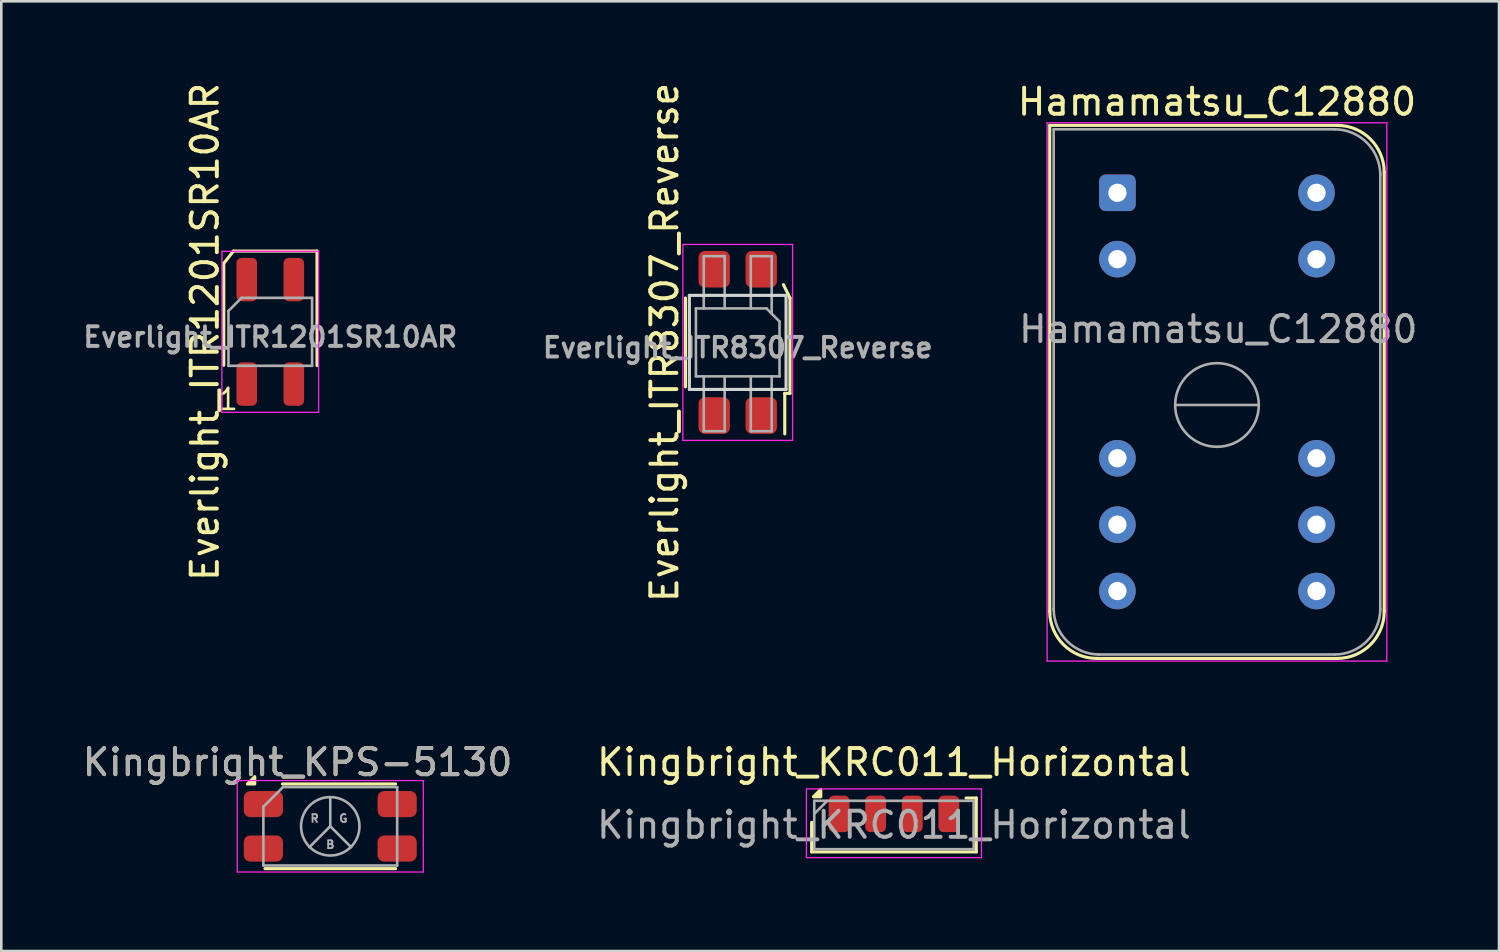
<source format=kicad_pcb>
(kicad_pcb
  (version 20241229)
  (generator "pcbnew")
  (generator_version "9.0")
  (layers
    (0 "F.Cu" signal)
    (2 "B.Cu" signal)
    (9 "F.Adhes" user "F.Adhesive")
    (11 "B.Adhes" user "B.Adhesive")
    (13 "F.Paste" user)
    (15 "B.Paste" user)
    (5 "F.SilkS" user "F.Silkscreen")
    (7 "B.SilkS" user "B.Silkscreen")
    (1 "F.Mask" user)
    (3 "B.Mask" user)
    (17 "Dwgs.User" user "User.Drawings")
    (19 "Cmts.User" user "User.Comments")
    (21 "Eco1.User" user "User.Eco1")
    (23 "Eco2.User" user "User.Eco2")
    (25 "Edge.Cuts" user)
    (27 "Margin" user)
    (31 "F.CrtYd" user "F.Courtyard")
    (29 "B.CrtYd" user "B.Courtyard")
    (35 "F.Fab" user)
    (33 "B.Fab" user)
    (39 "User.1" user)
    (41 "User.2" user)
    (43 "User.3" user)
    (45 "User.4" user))
  (footprint "Kingbright_KPS-5130"
    (layer "F.Cu")
    (at 9.589 28.572)
    (property "Reference" "Kingbright_KPS-5130" (at -1.25 -2.45 0) (layer "F.SilkS") (effects (font (size 1 1) (thickness 0.15))))
    (attr smd)
    (fp_line (start -1.83 -1.62) (end 2.5 -1.62) (stroke (width 0.12) (type solid)) (layer "F.SilkS"))
    (fp_line (start 2.5 1.62) (end -2.5 1.62) (stroke (width 0.12) (type solid)) (layer "F.SilkS"))
    (fp_poly (pts (xy -2.89 -1.62) (xy -3.17 -1.62) (xy -2.89 -1.9) (xy -2.89 -1.62)) (stroke (width 0.12) (type solid)) (fill yes) (layer "F.SilkS"))
    (fp_line (start -3.56 -1.75) (end -3.56 1.75) (stroke (width 0.05) (type solid)) (layer "F.CrtYd"))
    (fp_line (start -3.56 -1.75) (end 3.56 -1.75) (stroke (width 0.05) (type solid)) (layer "F.CrtYd"))
    (fp_line (start 3.56 1.75) (end -3.56 1.75) (stroke (width 0.05) (type solid)) (layer "F.CrtYd"))
    (fp_line (start 3.56 1.75) (end 3.56 -1.75) (stroke (width 0.05) (type solid)) (layer "F.CrtYd"))
    (fp_line (start -2.56 -0.75) (end -2.56 1.5) (stroke (width 0.1) (type solid)) (layer "F.Fab"))
    (fp_line (start -2.56 -0.75) (end -1.81 -1.5) (stroke (width 0.1) (type solid)) (layer "F.Fab"))
    (fp_line (start -2.56 1.5) (end 2.56 1.5) (stroke (width 0.1) (type solid)) (layer "F.Fab"))
    (fp_line (start 0 0) (end -0.8 0.8) (stroke (width 0.1) (type solid)) (layer "F.Fab"))
    (fp_line (start 0 0) (end 0 -1.1) (stroke (width 0.1) (type solid)) (layer "F.Fab"))
    (fp_line (start 0 0) (end 0.8 0.8) (stroke (width 0.1) (type solid)) (layer "F.Fab"))
    (fp_line (start 2.56 -1.5) (end -1.81 -1.5) (stroke (width 0.1) (type solid)) (layer "F.Fab"))
    (fp_line (start 2.56 1.5) (end 2.56 -1.5) (stroke (width 0.1) (type solid)) (layer "F.Fab"))
    (fp_circle (center 0 0) (end 1 0.5) (stroke (width 0.1) (type solid)) (fill no) (layer "F.Fab"))
    (fp_text user "R" (at -0.6 -0.3 0) (layer "F.Fab") (effects (font (size 0.3 0.3) (thickness 0.07))))
    (fp_text user "B" (at 0 0.7 0) (layer "F.Fab") (effects (font (size 0.3 0.3) (thickness 0.07))))
    (fp_text user "${REFERENCE}" (at -1.25 -2.45 0) (layer "F.Fab") (effects (font (size 1 1) (thickness 0.15))))
    (fp_text user "G" (at 0.5 -0.3 0) (layer "F.Fab") (effects (font (size 0.3 0.3) (thickness 0.07))))
    (pad "1" smd roundrect (at -2.56 -0.85) (size 1.5 1) (layers "F.Cu" "F.Mask" "F.Paste") (roundrect_rratio 0.25))
    (pad "2" smd roundrect (at 2.56 -0.85) (size 1.5 1) (layers "F.Cu" "F.Mask" "F.Paste") (roundrect_rratio 0.25))
    (pad "3" smd roundrect (at -2.56 0.85) (size 1.5 1) (layers "F.Cu" "F.Mask" "F.Paste") (roundrect_rratio 0.25))
    (pad "4" smd roundrect (at 2.56 0.85) (size 1.5 1) (layers "F.Cu" "F.Mask" "F.Paste") (roundrect_rratio 0.25)))
  (footprint "Kingbright_KRC011_Horizontal"
    (layer "F.Cu")
    (at 31.161 28.521)
    (property "Reference" "Kingbright_KRC011_Horizontal" (at 0 -2.4 0) (layer "F.SilkS") (effects (font (size 1 1) (thickness 0.15))))
    (attr smd)
    (fp_line (start -3.15 -0.1) (end -3.15 1.03) (stroke (width 0.12) (type solid)) (layer "F.SilkS"))
    (fp_line (start -3.15 1.03) (end 3.15 1.03) (stroke (width 0.12) (type solid)) (layer "F.SilkS"))
    (fp_line (start 3.15 -1.03) (end 2.76 -1.03) (stroke (width 0.12) (type solid)) (layer "F.SilkS"))
    (fp_line (start 3.15 -1.03) (end 3.15 1.03) (stroke (width 0.12) (type solid)) (layer "F.SilkS"))
    (fp_poly (pts (xy -2.8 -1.08) (xy -3.08 -1.08) (xy -2.8 -1.36) (xy -2.8 -1.08)) (stroke (width 0.12) (type solid)) (fill yes) (layer "F.SilkS"))
    (fp_line (start -3.35 -1.38) (end -3.35 1.25) (stroke (width 0.05) (type solid)) (layer "F.CrtYd"))
    (fp_line (start -3.35 -1.38) (end 3.35 -1.38) (stroke (width 0.05) (type solid)) (layer "F.CrtYd"))
    (fp_line (start -3.35 1.25) (end 3.35 1.25) (stroke (width 0.05) (type solid)) (layer "F.CrtYd"))
    (fp_line (start 3.35 1.25) (end 3.35 -1.38) (stroke (width 0.05) (type solid)) (layer "F.CrtYd"))
    (fp_line (start -3.05 -0.925) (end 3.05 -0.925) (stroke (width 0.1) (type solid)) (layer "F.Fab"))
    (fp_line (start -3.05 -0.425) (end -2.55 -0.925) (stroke (width 0.1) (type solid)) (layer "F.Fab"))
    (fp_line (start -3.05 0.925) (end -3.05 -0.925) (stroke (width 0.1) (type solid)) (layer "F.Fab"))
    (fp_line (start 3.05 -0.925) (end 3.05 0.925) (stroke (width 0.1) (type solid)) (layer "F.Fab"))
    (fp_line (start 3.05 0.925) (end -3.05 0.925) (stroke (width 0.1) (type solid)) (layer "F.Fab"))
    (fp_text user "${REFERENCE}" (at 0 0 0) (layer "F.Fab") (effects (font (size 1 1) (thickness 0.15))))
    (pad "1" smd roundrect (at -2.1 -0.425) (size 0.8 1.4) (layers "F.Cu" "F.Mask" "F.Paste") (roundrect_rratio 0.25))
    (pad "2" smd roundrect (at -0.7 -0.425) (size 0.8 1.4) (layers "F.Cu" "F.Mask" "F.Paste") (roundrect_rratio 0.25))
    (pad "3" smd roundrect (at 0.7 -0.425) (size 0.8 1.4) (layers "F.Cu" "F.Mask" "F.Paste") (roundrect_rratio 0.25))
    (pad "4" smd roundrect (at 2.1 -0.425) (size 0.8 1.4) (layers "F.Cu" "F.Mask" "F.Paste") (roundrect_rratio 0.25)))
  (footprint "Everlight_ITR8307_Reverse"
    (layer "F.Cu")
    (at 25.182 10.054)
    (property "Reference" "Everlight_ITR8307_Reverse" (at -2.8 0 90) (layer "F.SilkS") (effects (font (size 1 1) (thickness 0.15))))
    (attr smd)
    (fp_line (start -2 1.7) (end -2 -1.7) (stroke (width 0.12) (type solid)) (layer "F.SilkS"))
    (fp_line (start 1.8 3.5) (end 1.8 1.95) (stroke (width 0.12) (type solid)) (layer "F.SilkS"))
    (fp_line (start 2 -1.7) (end 1.75 -2.21) (stroke (width 0.12) (type default)) (layer "F.SilkS"))
    (fp_line (start 2 1.95) (end 1.8 1.95) (stroke (width 0.12) (type solid)) (layer "F.SilkS"))
    (fp_line (start 2 1.95) (end 2 -1.7) (stroke (width 0.12) (type solid)) (layer "F.SilkS"))
    (fp_line (start -1.85 -1.8) (end 1.85 -1.8) (stroke (width 0.12) (type solid)) (layer "Edge.Cuts"))
    (fp_line (start -1.85 1.8) (end -1.85 -1.8) (stroke (width 0.12) (type solid)) (layer "Edge.Cuts"))
    (fp_line (start 1.85 -1.8) (end 1.85 1.8) (stroke (width 0.12) (type solid)) (layer "Edge.Cuts"))
    (fp_line (start 1.85 1.8) (end -1.85 1.8) (stroke (width 0.12) (type solid)) (layer "Edge.Cuts"))
    (fp_line (start -2.1 -3.75) (end -2.1 3.75) (stroke (width 0.05) (type solid)) (layer "F.CrtYd"))
    (fp_line (start -2.1 -3.75) (end 2.1 -3.75) (stroke (width 0.05) (type solid)) (layer "F.CrtYd"))
    (fp_line (start 2.1 3.75) (end -2.1 3.75) (stroke (width 0.05) (type solid)) (layer "F.CrtYd"))
    (fp_line (start 2.1 3.75) (end 2.1 -3.75) (stroke (width 0.05) (type solid)) (layer "F.CrtYd"))
    (fp_line (start -1.6 -1.3) (end -1.6 1.3) (stroke (width 0.1) (type solid)) (layer "F.Fab"))
    (fp_line (start -1.6 1.3) (end 1.6 1.3) (stroke (width 0.1) (type solid)) (layer "F.Fab"))
    (fp_line (start -1.3 -3.3) (end -1.3 -1.3) (stroke (width 0.1) (type solid)) (layer "F.Fab"))
    (fp_line (start -1.3 3.4) (end -1.3 1.3) (stroke (width 0.1) (type solid)) (layer "F.Fab"))
    (fp_line (start -0.5 -3.3) (end -1.3 -3.3) (stroke (width 0.1) (type solid)) (layer "F.Fab"))
    (fp_line (start -0.5 -1.3) (end -0.5 -3.3) (stroke (width 0.1) (type solid)) (layer "F.Fab"))
    (fp_line (start -0.5 1.3) (end -0.5 3.4) (stroke (width 0.1) (type solid)) (layer "F.Fab"))
    (fp_line (start -0.5 3.4) (end -1.3 3.4) (stroke (width 0.1) (type solid)) (layer "F.Fab"))
    (fp_line (start 0.5 -3.3) (end 0.5 -1.3) (stroke (width 0.1) (type solid)) (layer "F.Fab"))
    (fp_line (start 0.5 1.3) (end 0.5 3.4) (stroke (width 0.1) (type solid)) (layer "F.Fab"))
    (fp_line (start 0.5 3.4) (end 1.3 3.4) (stroke (width 0.1) (type solid)) (layer "F.Fab"))
    (fp_line (start 1.1 -1.3) (end -1.6 -1.3) (stroke (width 0.1) (type solid)) (layer "F.Fab"))
    (fp_line (start 1.3 -3.3) (end 0.5 -3.3) (stroke (width 0.1) (type solid)) (layer "F.Fab"))
    (fp_line (start 1.3 -3.3) (end 1.3 -1.1) (stroke (width 0.1) (type solid)) (layer "F.Fab"))
    (fp_line (start 1.3 3.4) (end 1.3 1.3) (stroke (width 0.1) (type solid)) (layer "F.Fab"))
    (fp_line (start 1.6 -0.8) (end 1.1 -1.3) (stroke (width 0.1) (type solid)) (layer "F.Fab"))
    (fp_line (start 1.6 1.3) (end 1.6 -0.8) (stroke (width 0.1) (type solid)) (layer "F.Fab"))
    (fp_text user "${REFERENCE}" (at 0 0.2 0) (layer "F.Fab") (effects (font (size 0.75 0.75) (thickness 0.15))))
    (pad "1" smd roundrect (at 0.9 2.8) (size 1.2 1.4) (layers "F.Cu" "F.Mask" "F.Paste") (roundrect_rratio 0.2))
    (pad "2" smd roundrect (at 0.9 -2.8) (size 1.2 1.4) (layers "F.Cu" "F.Mask" "F.Paste") (roundrect_rratio 0.2))
    (pad "3" smd roundrect (at -0.9 2.8) (size 1.2 1.4) (layers "F.Cu" "F.Mask" "F.Paste") (roundrect_rratio 0.2))
    (pad "4" smd roundrect (at -0.9 -2.8) (size 1.2 1.4) (layers "F.Cu" "F.Mask" "F.Paste") (roundrect_rratio 0.2)))
  (footprint "Everlight_ITR1201SR10AR"
    (layer "F.Cu")
    (at 7.293 9.649)
    (property "Reference" "Everlight_ITR1201SR10AR" (at -2.5 0 90) (layer "F.SilkS") (effects (font (size 1 1) (thickness 0.15))))
    (attr smd)
    (fp_line (start -1.78 -2.62) (end -1.78 1.28) (stroke (width 0.12) (type default)) (layer "F.SilkS"))
    (fp_line (start -1.41 -3.09) (end -1.78 -2.62) (stroke (width 0.12) (type default)) (layer "F.SilkS"))
    (fp_line (start -1.41 -3.09) (end 1.79 -3.09) (stroke (width 0.12) (type default)) (layer "F.SilkS"))
    (fp_line (start 1.79 -3.09) (end 1.79 1.29) (stroke (width 0.12) (type default)) (layer "F.SilkS"))
    (fp_line (start -1.85 -3.08) (end -1.85 3.08) (stroke (width 0.05) (type solid)) (layer "F.CrtYd"))
    (fp_line (start -1.85 -3.08) (end 1.85 -3.08) (stroke (width 0.05) (type solid)) (layer "F.CrtYd"))
    (fp_line (start 1.85 3.08) (end -1.85 3.08) (stroke (width 0.05) (type solid)) (layer "F.CrtYd"))
    (fp_line (start 1.85 3.08) (end 1.85 -3.08) (stroke (width 0.05) (type solid)) (layer "F.CrtYd"))
    (fp_line (start -1.6 -0.8) (end -1.1 -1.3) (stroke (width 0.1) (type solid)) (layer "F.Fab"))
    (fp_line (start -1.6 1.3) (end -1.6 -0.8) (stroke (width 0.1) (type solid)) (layer "F.Fab"))
    (fp_line (start -1.1 -1.3) (end 1.6 -1.3) (stroke (width 0.1) (type solid)) (layer "F.Fab"))
    (fp_line (start 1.6 -1.3) (end 1.6 1.3) (stroke (width 0.1) (type solid)) (layer "F.Fab"))
    (fp_line (start 1.6 1.3) (end -1.6 1.3) (stroke (width 0.1) (type solid)) (layer "F.Fab"))
    (fp_text user "1" (at -2.06 3.05 0) (unlocked yes) (layer "F.SilkS") (effects (font (size 0.8 0.8) (thickness 0.1)) (justify left bottom)))
    (fp_text user "${REFERENCE}" (at 0 0.2 0) (layer "F.Fab") (effects (font (size 0.75 0.75) (thickness 0.15))))
    (pad "1" smd roundrect (at -0.9 2) (size 0.79 1.66) (layers "F.Cu" "F.Mask" "F.Paste") (roundrect_rratio 0.25))
    (pad "2" smd roundrect (at -0.9 -2) (size 0.79 1.66) (layers "F.Cu" "F.Mask" "F.Paste") (roundrect_rratio 0.25))
    (pad "3" smd roundrect (at 0.9 2) (size 0.79 1.66) (layers "F.Cu" "F.Mask" "F.Paste") (roundrect_rratio 0.25))
    (pad "4" smd roundrect (at 0.9 -2) (size 0.79 1.66) (layers "F.Cu" "F.Mask" "F.Paste") (roundrect_rratio 0.25)))
  (footprint "Hamamatsu_C12880"
    (layer "F.Cu")
    (at 39.713 4.328)
    (property "Reference" "Hamamatsu_C12880" (at 3.81 -3.48 0) (layer "F.SilkS") (effects (font (size 1 1) (thickness 0.15))))
    (attr through_hole)
    (fp_line (start -2.59 -2.58) (end -2.59 16.02) (stroke (width 0.12) (type solid)) (layer "F.SilkS"))
    (fp_line (start -0.79 17.82) (end 8.41 17.82) (stroke (width 0.12) (type solid)) (layer "F.SilkS"))
    (fp_line (start 8.41 -2.58) (end -2.59 -2.58) (stroke (width 0.12) (type solid)) (layer "F.SilkS"))
    (fp_line (start 10.21 16.02) (end 10.21 -0.78) (stroke (width 0.12) (type solid)) (layer "F.SilkS"))
    (fp_arc (start -0.79 17.82) (mid -2.062792 17.292792) (end -2.59 16.02) (stroke (width 0.12) (type solid)) (layer "F.SilkS"))
    (fp_arc (start 8.41 -2.58) (mid 9.682792 -2.052792) (end 10.21 -0.78) (stroke (width 0.12) (type solid)) (layer "F.SilkS"))
    (fp_arc (start 10.21 16.02) (mid 9.682792 17.292792) (end 8.41 17.82) (stroke (width 0.12) (type solid)) (layer "F.SilkS"))
    (fp_line (start -2.69 -2.68) (end -2.69 17.92) (stroke (width 0.05) (type solid)) (layer "F.CrtYd"))
    (fp_line (start -2.69 -2.68) (end 10.31 -2.68) (stroke (width 0.05) (type solid)) (layer "F.CrtYd"))
    (fp_line (start 10.31 17.92) (end -2.69 17.92) (stroke (width 0.05) (type solid)) (layer "F.CrtYd"))
    (fp_line (start 10.31 17.92) (end 10.31 -2.68) (stroke (width 0.05) (type solid)) (layer "F.CrtYd"))
    (fp_line (start -2.44 -2.43) (end -2.44 15.97) (stroke (width 0.1) (type solid)) (layer "F.Fab"))
    (fp_line (start -0.74 17.67) (end 8.31 17.67) (stroke (width 0.1) (type solid)) (layer "F.Fab"))
    (fp_line (start 2.21 8.12) (end 5.41 8.12) (stroke (width 0.1) (type solid)) (layer "F.Fab"))
    (fp_line (start 8.31 -2.43) (end -2.44 -2.43) (stroke (width 0.1) (type solid)) (layer "F.Fab"))
    (fp_line (start 10.06 15.97) (end 10.06 -0.73) (stroke (width 0.1) (type solid)) (layer "F.Fab"))
    (fp_arc (start -0.69 17.67) (mid -1.927437 17.157437) (end -2.44 15.92) (stroke (width 0.1) (type solid)) (layer "F.Fab"))
    (fp_arc (start 8.31 -2.43) (mid 9.547437 -1.917437) (end 10.06 -0.68) (stroke (width 0.1) (type solid)) (layer "F.Fab"))
    (fp_arc (start 10.06 15.92) (mid 9.547437 17.157437) (end 8.31 17.67) (stroke (width 0.1) (type solid)) (layer "F.Fab"))
    (fp_circle (center 3.81 8.12) (end 5.41 8.12) (stroke (width 0.1) (type solid)) (fill no) (layer "F.Fab"))
    (fp_text user "${REFERENCE}" (at 3.86 5.22 0) (layer "F.Fab") (effects (font (size 1 1) (thickness 0.15))))
    (pad "1" thru_hole roundrect (at 0 0) (size 1.4 1.4) (drill 0.7) (layers "*.Cu" "*.Mask") (roundrect_rratio 0.178))
    (pad "2" thru_hole circle (at 0 2.54) (size 1.4 1.4) (drill 0.7) (layers "*.Cu" "*.Mask"))
    (pad "3" thru_hole circle (at 0 10.16) (size 1.4 1.4) (drill 0.7) (layers "*.Cu" "*.Mask"))
    (pad "4" thru_hole circle (at 0 12.7) (size 1.4 1.4) (drill 0.7) (layers "*.Cu" "*.Mask"))
    (pad "5" thru_hole circle (at 0 15.24) (size 1.4 1.4) (drill 0.7) (layers "*.Cu" "*.Mask"))
    (pad "6" thru_hole circle (at 7.62 15.24) (size 1.4 1.4) (drill 0.7) (layers "*.Cu" "*.Mask"))
    (pad "7" thru_hole circle (at 7.62 12.7) (size 1.4 1.4) (drill 0.7) (layers "*.Cu" "*.Mask"))
    (pad "8" thru_hole circle (at 7.62 10.16) (size 1.4 1.4) (drill 0.7) (layers "*.Cu" "*.Mask"))
    (pad "9" thru_hole circle (at 7.62 2.54) (size 1.4 1.4) (drill 0.7) (layers "*.Cu" "*.Mask"))
    (pad "10" thru_hole circle (at 7.62 0) (size 1.4 1.4) (drill 0.7) (layers "*.Cu" "*.Mask")))
  (gr_rect
    (start -3 -3)
    (end 54.317 33.346)
    (stroke (width 0.1) (type default))
    (fill no)
    (layer "Edge.Cuts")))
</source>
